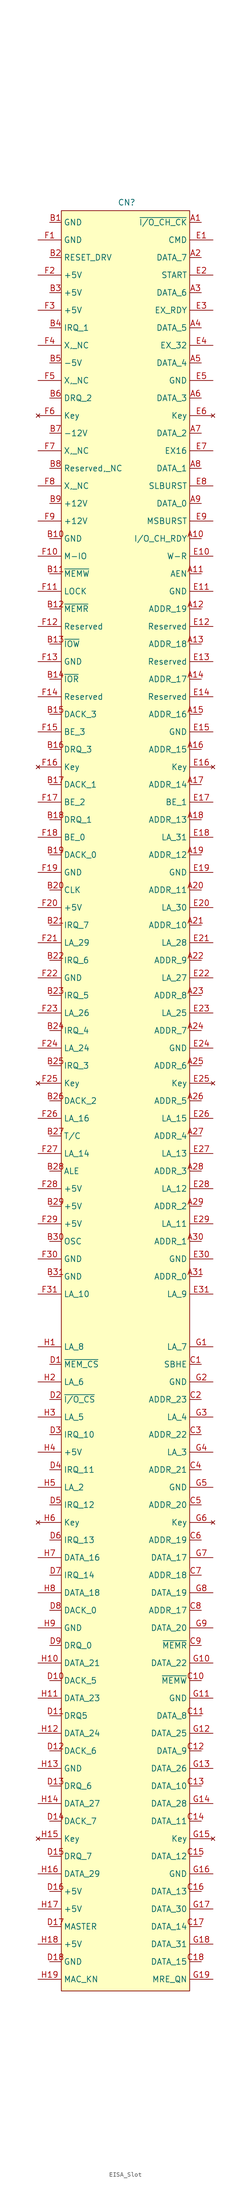
<source format=kicad_sym>
(kicad_symbol_lib
  (version 20231120)
  (generator "kicad_symbol_editor")
  (generator_version "8.0")
  (symbol "EISA_Slot"
    (property "Reference" "CN"
      (at 14.224 1.778 0)
      (effects (font (size 1.27 1.27))))
    (property "Value" ""
      (at 15.24 0 0)
      (effects (font (size 1.27 1.27))))
    (symbol "EISA_Slot_1_1"
      (rectangle (start 0 0) (end 27.94 -386.08) (stroke (width 0) (type default)) (fill (type background)))
      (pin bidirectional line (at 30.48 -2.54 180) (length 2.54) (name "~{I/O_CH_CK}" (effects (font (size 1.27 1.27)))) (number "A1" (effects (font (size 1.27 1.27)))))
      (pin bidirectional line (at 30.48 -71.12 180) (length 2.54) (name "I/O_CH_RDY" (effects (font (size 1.27 1.27)))) (number "A10" (effects (font (size 1.27 1.27)))))
      (pin bidirectional line (at 30.48 -78.74 180) (length 2.54) (name "AEN" (effects (font (size 1.27 1.27)))) (number "A11" (effects (font (size 1.27 1.27)))))
      (pin bidirectional line (at 30.48 -86.36 180) (length 2.54) (name "ADDR_19" (effects (font (size 1.27 1.27)))) (number "A12" (effects (font (size 1.27 1.27)))))
      (pin bidirectional line (at 30.48 -93.98 180) (length 2.54) (name "ADDR_18" (effects (font (size 1.27 1.27)))) (number "A13" (effects (font (size 1.27 1.27)))))
      (pin bidirectional line (at 30.48 -101.6 180) (length 2.54) (name "ADDR_17" (effects (font (size 1.27 1.27)))) (number "A14" (effects (font (size 1.27 1.27)))))
      (pin bidirectional line (at 30.48 -109.22 180) (length 2.54) (name "ADDR_16" (effects (font (size 1.27 1.27)))) (number "A15" (effects (font (size 1.27 1.27)))))
      (pin bidirectional line (at 30.48 -116.84 180) (length 2.54) (name "ADDR_15" (effects (font (size 1.27 1.27)))) (number "A16" (effects (font (size 1.27 1.27)))))
      (pin bidirectional line (at 30.48 -124.46 180) (length 2.54) (name "ADDR_14" (effects (font (size 1.27 1.27)))) (number "A17" (effects (font (size 1.27 1.27)))))
      (pin bidirectional line (at 30.48 -132.08 180) (length 2.54) (name "ADDR_13" (effects (font (size 1.27 1.27)))) (number "A18" (effects (font (size 1.27 1.27)))))
      (pin bidirectional line (at 30.48 -139.7 180) (length 2.54) (name "ADDR_12" (effects (font (size 1.27 1.27)))) (number "A19" (effects (font (size 1.27 1.27)))))
      (pin bidirectional line (at 30.48 -10.16 180) (length 2.54) (name "DATA_7" (effects (font (size 1.27 1.27)))) (number "A2" (effects (font (size 1.27 1.27)))))
      (pin bidirectional line (at 30.48 -147.32 180) (length 2.54) (name "ADDR_11" (effects (font (size 1.27 1.27)))) (number "A20" (effects (font (size 1.27 1.27)))))
      (pin bidirectional line (at 30.48 -154.94 180) (length 2.54) (name "ADDR_10" (effects (font (size 1.27 1.27)))) (number "A21" (effects (font (size 1.27 1.27)))))
      (pin bidirectional line (at 30.48 -162.56 180) (length 2.54) (name "ADDR_9" (effects (font (size 1.27 1.27)))) (number "A22" (effects (font (size 1.27 1.27)))))
      (pin bidirectional line (at 30.48 -170.18 180) (length 2.54) (name "ADDR_8" (effects (font (size 1.27 1.27)))) (number "A23" (effects (font (size 1.27 1.27)))))
      (pin bidirectional line (at 30.48 -177.8 180) (length 2.54) (name "ADDR_7" (effects (font (size 1.27 1.27)))) (number "A24" (effects (font (size 1.27 1.27)))))
      (pin bidirectional line (at 30.48 -185.42 180) (length 2.54) (name "ADDR_6" (effects (font (size 1.27 1.27)))) (number "A25" (effects (font (size 1.27 1.27)))))
      (pin bidirectional line (at 30.48 -193.04 180) (length 2.54) (name "ADDR_5" (effects (font (size 1.27 1.27)))) (number "A26" (effects (font (size 1.27 1.27)))))
      (pin bidirectional line (at 30.48 -200.66 180) (length 2.54) (name "ADDR_4" (effects (font (size 1.27 1.27)))) (number "A27" (effects (font (size 1.27 1.27)))))
      (pin bidirectional line (at 30.48 -208.28 180) (length 2.54) (name "ADDR_3" (effects (font (size 1.27 1.27)))) (number "A28" (effects (font (size 1.27 1.27)))))
      (pin bidirectional line (at 30.48 -215.9 180) (length 2.54) (name "ADDR_2" (effects (font (size 1.27 1.27)))) (number "A29" (effects (font (size 1.27 1.27)))))
      (pin bidirectional line (at 30.48 -17.78 180) (length 2.54) (name "DATA_6" (effects (font (size 1.27 1.27)))) (number "A3" (effects (font (size 1.27 1.27)))))
      (pin bidirectional line (at 30.48 -223.52 180) (length 2.54) (name "ADDR_1" (effects (font (size 1.27 1.27)))) (number "A30" (effects (font (size 1.27 1.27)))))
      (pin bidirectional line (at 30.48 -231.14 180) (length 2.54) (name "ADDR_0" (effects (font (size 1.27 1.27)))) (number "A31" (effects (font (size 1.27 1.27)))))
      (pin bidirectional line (at 30.48 -25.4 180) (length 2.54) (name "DATA_5" (effects (font (size 1.27 1.27)))) (number "A4" (effects (font (size 1.27 1.27)))))
      (pin bidirectional line (at 30.48 -33.02 180) (length 2.54) (name "DATA_4" (effects (font (size 1.27 1.27)))) (number "A5" (effects (font (size 1.27 1.27)))))
      (pin bidirectional line (at 30.48 -40.64 180) (length 2.54) (name "DATA_3" (effects (font (size 1.27 1.27)))) (number "A6" (effects (font (size 1.27 1.27)))))
      (pin bidirectional line (at 30.48 -48.26 180) (length 2.54) (name "DATA_2" (effects (font (size 1.27 1.27)))) (number "A7" (effects (font (size 1.27 1.27)))))
      (pin bidirectional line (at 30.48 -55.88 180) (length 2.54) (name "DATA_1" (effects (font (size 1.27 1.27)))) (number "A8" (effects (font (size 1.27 1.27)))))
      (pin bidirectional line (at 30.48 -63.5 180) (length 2.54) (name "DATA_0" (effects (font (size 1.27 1.27)))) (number "A9" (effects (font (size 1.27 1.27)))))
      (pin bidirectional line (at -2.54 -2.54 0) (length 2.54) (name "GND" (effects (font (size 1.27 1.27)))) (number "B1" (effects (font (size 1.27 1.27)))))
      (pin bidirectional line (at -2.54 -71.12 0) (length 2.54) (name "GND" (effects (font (size 1.27 1.27)))) (number "B10" (effects (font (size 1.27 1.27)))))
      (pin bidirectional line (at -2.54 -78.74 0) (length 2.54) (name "~{MEMW}" (effects (font (size 1.27 1.27)))) (number "B11" (effects (font (size 1.27 1.27)))))
      (pin bidirectional line (at -2.54 -86.36 0) (length 2.54) (name "~{MEMR}" (effects (font (size 1.27 1.27)))) (number "B12" (effects (font (size 1.27 1.27)))))
      (pin bidirectional line (at -2.54 -93.98 0) (length 2.54) (name "~{IOW}" (effects (font (size 1.27 1.27)))) (number "B13" (effects (font (size 1.27 1.27)))))
      (pin bidirectional line (at -2.54 -101.6 0) (length 2.54) (name "~{IOR}" (effects (font (size 1.27 1.27)))) (number "B14" (effects (font (size 1.27 1.27)))))
      (pin bidirectional line (at -2.54 -109.22 0) (length 2.54) (name "DACK_3" (effects (font (size 1.27 1.27)))) (number "B15" (effects (font (size 1.27 1.27)))))
      (pin bidirectional line (at -2.54 -116.84 0) (length 2.54) (name "DRQ_3" (effects (font (size 1.27 1.27)))) (number "B16" (effects (font (size 1.27 1.27)))))
      (pin bidirectional line (at -2.54 -124.46 0) (length 2.54) (name "DACK_1" (effects (font (size 1.27 1.27)))) (number "B17" (effects (font (size 1.27 1.27)))))
      (pin bidirectional line (at -2.54 -132.08 0) (length 2.54) (name "DRQ_1" (effects (font (size 1.27 1.27)))) (number "B18" (effects (font (size 1.27 1.27)))))
      (pin bidirectional line (at -2.54 -139.7 0) (length 2.54) (name "DACK_0" (effects (font (size 1.27 1.27)))) (number "B19" (effects (font (size 1.27 1.27)))))
      (pin bidirectional line (at -2.54 -10.16 0) (length 2.54) (name "RESET_DRV" (effects (font (size 1.27 1.27)))) (number "B2" (effects (font (size 1.27 1.27)))))
      (pin bidirectional line (at -2.54 -147.32 0) (length 2.54) (name "CLK" (effects (font (size 1.27 1.27)))) (number "B20" (effects (font (size 1.27 1.27)))))
      (pin bidirectional line (at -2.54 -154.94 0) (length 2.54) (name "IRQ_7" (effects (font (size 1.27 1.27)))) (number "B21" (effects (font (size 1.27 1.27)))))
      (pin bidirectional line (at -2.54 -162.56 0) (length 2.54) (name "IRQ_6" (effects (font (size 1.27 1.27)))) (number "B22" (effects (font (size 1.27 1.27)))))
      (pin bidirectional line (at -2.54 -170.18 0) (length 2.54) (name "IRQ_5" (effects (font (size 1.27 1.27)))) (number "B23" (effects (font (size 1.27 1.27)))))
      (pin bidirectional line (at -2.54 -177.8 0) (length 2.54) (name "IRQ_4" (effects (font (size 1.27 1.27)))) (number "B24" (effects (font (size 1.27 1.27)))))
      (pin bidirectional line (at -2.54 -185.42 0) (length 2.54) (name "IRQ_3" (effects (font (size 1.27 1.27)))) (number "B25" (effects (font (size 1.27 1.27)))))
      (pin bidirectional line (at -2.54 -193.04 0) (length 2.54) (name "DACK_2" (effects (font (size 1.27 1.27)))) (number "B26" (effects (font (size 1.27 1.27)))))
      (pin bidirectional line (at -2.54 -200.66 0) (length 2.54) (name "T/C" (effects (font (size 1.27 1.27)))) (number "B27" (effects (font (size 1.27 1.27)))))
      (pin bidirectional line (at -2.54 -208.28 0) (length 2.54) (name "ALE" (effects (font (size 1.27 1.27)))) (number "B28" (effects (font (size 1.27 1.27)))))
      (pin bidirectional line (at -2.54 -215.9 0) (length 2.54) (name "+5V" (effects (font (size 1.27 1.27)))) (number "B29" (effects (font (size 1.27 1.27)))))
      (pin bidirectional line (at -2.54 -17.78 0) (length 2.54) (name "+5V" (effects (font (size 1.27 1.27)))) (number "B3" (effects (font (size 1.27 1.27)))))
      (pin bidirectional line (at -2.54 -223.52 0) (length 2.54) (name "OSC" (effects (font (size 1.27 1.27)))) (number "B30" (effects (font (size 1.27 1.27)))))
      (pin bidirectional line (at -2.54 -231.14 0) (length 2.54) (name "GND" (effects (font (size 1.27 1.27)))) (number "B31" (effects (font (size 1.27 1.27)))))
      (pin bidirectional line (at -2.54 -25.4 0) (length 2.54) (name "IRQ_1" (effects (font (size 1.27 1.27)))) (number "B4" (effects (font (size 1.27 1.27)))))
      (pin bidirectional line (at -2.54 -33.02 0) (length 2.54) (name "-5V" (effects (font (size 1.27 1.27)))) (number "B5" (effects (font (size 1.27 1.27)))))
      (pin bidirectional line (at -2.54 -40.64 0) (length 2.54) (name "DRQ_2" (effects (font (size 1.27 1.27)))) (number "B6" (effects (font (size 1.27 1.27)))))
      (pin bidirectional line (at -2.54 -48.26 0) (length 2.54) (name "-12V" (effects (font (size 1.27 1.27)))) (number "B7" (effects (font (size 1.27 1.27)))))
      (pin bidirectional line (at -2.54 -55.88 0) (length 2.54) (name "Reserved,_NC" (effects (font (size 1.27 1.27)))) (number "B8" (effects (font (size 1.27 1.27)))))
      (pin bidirectional line (at -2.54 -63.5 0) (length 2.54) (name "+12V" (effects (font (size 1.27 1.27)))) (number "B9" (effects (font (size 1.27 1.27)))))
      (pin bidirectional line (at 30.48 -250.19 180) (length 2.54) (name "SBHE" (effects (font (size 1.27 1.27)))) (number "C1" (effects (font (size 1.27 1.27)))))
      (pin bidirectional line (at 30.48 -318.77 180) (length 2.54) (name "~{MEMW}" (effects (font (size 1.27 1.27)))) (number "C10" (effects (font (size 1.27 1.27)))))
      (pin bidirectional line (at 30.48 -326.39 180) (length 2.54) (name "DATA_8" (effects (font (size 1.27 1.27)))) (number "C11" (effects (font (size 1.27 1.27)))))
      (pin bidirectional line (at 30.48 -334.01 180) (length 2.54) (name "DATA_9" (effects (font (size 1.27 1.27)))) (number "C12" (effects (font (size 1.27 1.27)))))
      (pin bidirectional line (at 30.48 -341.63 180) (length 2.54) (name "DATA_10" (effects (font (size 1.27 1.27)))) (number "C13" (effects (font (size 1.27 1.27)))))
      (pin bidirectional line (at 30.48 -349.25 180) (length 2.54) (name "DATA_11" (effects (font (size 1.27 1.27)))) (number "C14" (effects (font (size 1.27 1.27)))))
      (pin bidirectional line (at 30.48 -356.87 180) (length 2.54) (name "DATA_12" (effects (font (size 1.27 1.27)))) (number "C15" (effects (font (size 1.27 1.27)))))
      (pin bidirectional line (at 30.48 -364.49 180) (length 2.54) (name "DATA_13" (effects (font (size 1.27 1.27)))) (number "C16" (effects (font (size 1.27 1.27)))))
      (pin bidirectional line (at 30.48 -372.11 180) (length 2.54) (name "DATA_14" (effects (font (size 1.27 1.27)))) (number "C17" (effects (font (size 1.27 1.27)))))
      (pin bidirectional line (at 30.48 -379.73 180) (length 2.54) (name "DATA_15" (effects (font (size 1.27 1.27)))) (number "C18" (effects (font (size 1.27 1.27)))))
      (pin bidirectional line (at 30.48 -257.81 180) (length 2.54) (name "ADDR_23" (effects (font (size 1.27 1.27)))) (number "C2" (effects (font (size 1.27 1.27)))))
      (pin bidirectional line (at 30.48 -265.43 180) (length 2.54) (name "ADDR_22" (effects (font (size 1.27 1.27)))) (number "C3" (effects (font (size 1.27 1.27)))))
      (pin bidirectional line (at 30.48 -273.05 180) (length 2.54) (name "ADDR_21" (effects (font (size 1.27 1.27)))) (number "C4" (effects (font (size 1.27 1.27)))))
      (pin bidirectional line (at 30.48 -280.67 180) (length 2.54) (name "ADDR_20" (effects (font (size 1.27 1.27)))) (number "C5" (effects (font (size 1.27 1.27)))))
      (pin bidirectional line (at 30.48 -288.29 180) (length 2.54) (name "ADDR_19" (effects (font (size 1.27 1.27)))) (number "C6" (effects (font (size 1.27 1.27)))))
      (pin bidirectional line (at 30.48 -295.91 180) (length 2.54) (name "ADDR_18" (effects (font (size 1.27 1.27)))) (number "C7" (effects (font (size 1.27 1.27)))))
      (pin bidirectional line (at 30.48 -303.53 180) (length 2.54) (name "ADDR_17" (effects (font (size 1.27 1.27)))) (number "C8" (effects (font (size 1.27 1.27)))))
      (pin bidirectional line (at 30.48 -311.15 180) (length 2.54) (name "~{MEMR}" (effects (font (size 1.27 1.27)))) (number "C9" (effects (font (size 1.27 1.27)))))
      (pin bidirectional line (at -2.54 -250.19 0) (length 2.54) (name "~{MEM_CS}" (effects (font (size 1.27 1.27)))) (number "D1" (effects (font (size 1.27 1.27)))))
      (pin bidirectional line (at -2.54 -318.77 0) (length 2.54) (name "DACK_5" (effects (font (size 1.27 1.27)))) (number "D10" (effects (font (size 1.27 1.27)))))
      (pin bidirectional line (at -2.54 -326.39 0) (length 2.54) (name "DRQ5" (effects (font (size 1.27 1.27)))) (number "D11" (effects (font (size 1.27 1.27)))))
      (pin bidirectional line (at -2.54 -334.01 0) (length 2.54) (name "DACK_6" (effects (font (size 1.27 1.27)))) (number "D12" (effects (font (size 1.27 1.27)))))
      (pin bidirectional line (at -2.54 -341.63 0) (length 2.54) (name "DRQ_6" (effects (font (size 1.27 1.27)))) (number "D13" (effects (font (size 1.27 1.27)))))
      (pin bidirectional line (at -2.54 -349.25 0) (length 2.54) (name "DACK_7" (effects (font (size 1.27 1.27)))) (number "D14" (effects (font (size 1.27 1.27)))))
      (pin bidirectional line (at -2.54 -356.87 0) (length 2.54) (name "DRQ_7" (effects (font (size 1.27 1.27)))) (number "D15" (effects (font (size 1.27 1.27)))))
      (pin bidirectional line (at -2.54 -364.49 0) (length 2.54) (name "+5V" (effects (font (size 1.27 1.27)))) (number "D16" (effects (font (size 1.27 1.27)))))
      (pin bidirectional line (at -2.54 -372.11 0) (length 2.54) (name "MASTER" (effects (font (size 1.27 1.27)))) (number "D17" (effects (font (size 1.27 1.27)))))
      (pin bidirectional line (at -2.54 -379.73 0) (length 2.54) (name "GND" (effects (font (size 1.27 1.27)))) (number "D18" (effects (font (size 1.27 1.27)))))
      (pin bidirectional line (at -2.54 -257.81 0) (length 2.54) (name "~{I/O_CS}" (effects (font (size 1.27 1.27)))) (number "D2" (effects (font (size 1.27 1.27)))))
      (pin bidirectional line (at -2.54 -265.43 0) (length 2.54) (name "IRQ_10" (effects (font (size 1.27 1.27)))) (number "D3" (effects (font (size 1.27 1.27)))))
      (pin bidirectional line (at -2.54 -273.05 0) (length 2.54) (name "IRQ_11" (effects (font (size 1.27 1.27)))) (number "D4" (effects (font (size 1.27 1.27)))))
      (pin bidirectional line (at -2.54 -280.67 0) (length 2.54) (name "IRQ_12" (effects (font (size 1.27 1.27)))) (number "D5" (effects (font (size 1.27 1.27)))))
      (pin bidirectional line (at -2.54 -288.29 0) (length 2.54) (name "IRQ_13" (effects (font (size 1.27 1.27)))) (number "D6" (effects (font (size 1.27 1.27)))))
      (pin bidirectional line (at -2.54 -295.91 0) (length 2.54) (name "IRQ_14" (effects (font (size 1.27 1.27)))) (number "D7" (effects (font (size 1.27 1.27)))))
      (pin bidirectional line (at -2.54 -303.53 0) (length 2.54) (name "DACK_0" (effects (font (size 1.27 1.27)))) (number "D8" (effects (font (size 1.27 1.27)))))
      (pin bidirectional line (at -2.54 -311.15 0) (length 2.54) (name "DRQ_0" (effects (font (size 1.27 1.27)))) (number "D9" (effects (font (size 1.27 1.27)))))
      (pin bidirectional line (at 33.02 -6.35 180) (length 5.08) (name "CMD" (effects (font (size 1.27 1.27)))) (number "E1" (effects (font (size 1.27 1.27)))))
      (pin bidirectional line (at 33.02 -74.93 180) (length 5.08) (name "W-R" (effects (font (size 1.27 1.27)))) (number "E10" (effects (font (size 1.27 1.27)))))
      (pin bidirectional line (at 33.02 -82.55 180) (length 5.08) (name "GND" (effects (font (size 1.27 1.27)))) (number "E11" (effects (font (size 1.27 1.27)))))
      (pin bidirectional line (at 33.02 -90.17 180) (length 5.08) (name "Reserved" (effects (font (size 1.27 1.27)))) (number "E12" (effects (font (size 1.27 1.27)))))
      (pin bidirectional line (at 33.02 -97.79 180) (length 5.08) (name "Reserved" (effects (font (size 1.27 1.27)))) (number "E13" (effects (font (size 1.27 1.27)))))
      (pin bidirectional line (at 33.02 -105.41 180) (length 5.08) (name "Reserved" (effects (font (size 1.27 1.27)))) (number "E14" (effects (font (size 1.27 1.27)))))
      (pin bidirectional line (at 33.02 -113.03 180) (length 5.08) (name "GND" (effects (font (size 1.27 1.27)))) (number "E15" (effects (font (size 1.27 1.27)))))
      (pin no_connect line (at 33.02 -120.65 180) (length 5.08) (name "Key" (effects (font (size 1.27 1.27)))) (number "E16" (effects (font (size 1.27 1.27)))))
      (pin bidirectional line (at 33.02 -128.27 180) (length 5.08) (name "BE_1" (effects (font (size 1.27 1.27)))) (number "E17" (effects (font (size 1.27 1.27)))))
      (pin bidirectional line (at 33.02 -135.89 180) (length 5.08) (name "LA_31" (effects (font (size 1.27 1.27)))) (number "E18" (effects (font (size 1.27 1.27)))))
      (pin bidirectional line (at 33.02 -143.51 180) (length 5.08) (name "GND" (effects (font (size 1.27 1.27)))) (number "E19" (effects (font (size 1.27 1.27)))))
      (pin bidirectional line (at 33.02 -13.97 180) (length 5.08) (name "START" (effects (font (size 1.27 1.27)))) (number "E2" (effects (font (size 1.27 1.27)))))
      (pin bidirectional line (at 33.02 -151.13 180) (length 5.08) (name "LA_30" (effects (font (size 1.27 1.27)))) (number "E20" (effects (font (size 1.27 1.27)))))
      (pin bidirectional line (at 33.02 -158.75 180) (length 5.08) (name "LA_28" (effects (font (size 1.27 1.27)))) (number "E21" (effects (font (size 1.27 1.27)))))
      (pin bidirectional line (at 33.02 -166.37 180) (length 5.08) (name "LA_27" (effects (font (size 1.27 1.27)))) (number "E22" (effects (font (size 1.27 1.27)))))
      (pin bidirectional line (at 33.02 -173.99 180) (length 5.08) (name "LA_25" (effects (font (size 1.27 1.27)))) (number "E23" (effects (font (size 1.27 1.27)))))
      (pin bidirectional line (at 33.02 -181.61 180) (length 5.08) (name "GND" (effects (font (size 1.27 1.27)))) (number "E24" (effects (font (size 1.27 1.27)))))
      (pin no_connect line (at 33.02 -189.23 180) (length 5.08) (name "Key" (effects (font (size 1.27 1.27)))) (number "E25" (effects (font (size 1.27 1.27)))))
      (pin bidirectional line (at 33.02 -196.85 180) (length 5.08) (name "LA_15" (effects (font (size 1.27 1.27)))) (number "E26" (effects (font (size 1.27 1.27)))))
      (pin bidirectional line (at 33.02 -204.47 180) (length 5.08) (name "LA_13" (effects (font (size 1.27 1.27)))) (number "E27" (effects (font (size 1.27 1.27)))))
      (pin bidirectional line (at 33.02 -212.09 180) (length 5.08) (name "LA_12" (effects (font (size 1.27 1.27)))) (number "E28" (effects (font (size 1.27 1.27)))))
      (pin bidirectional line (at 33.02 -219.71 180) (length 5.08) (name "LA_11" (effects (font (size 1.27 1.27)))) (number "E29" (effects (font (size 1.27 1.27)))))
      (pin bidirectional line (at 33.02 -21.59 180) (length 5.08) (name "EX_RDY" (effects (font (size 1.27 1.27)))) (number "E3" (effects (font (size 1.27 1.27)))))
      (pin bidirectional line (at 33.02 -227.33 180) (length 5.08) (name "GND" (effects (font (size 1.27 1.27)))) (number "E30" (effects (font (size 1.27 1.27)))))
      (pin bidirectional line (at 33.02 -234.95 180) (length 5.08) (name "LA_9" (effects (font (size 1.27 1.27)))) (number "E31" (effects (font (size 1.27 1.27)))))
      (pin bidirectional line (at 33.02 -29.21 180) (length 5.08) (name "EX_32" (effects (font (size 1.27 1.27)))) (number "E4" (effects (font (size 1.27 1.27)))))
      (pin bidirectional line (at 33.02 -36.83 180) (length 5.08) (name "GND" (effects (font (size 1.27 1.27)))) (number "E5" (effects (font (size 1.27 1.27)))))
      (pin no_connect line (at 33.02 -44.45 180) (length 5.08) (name "Key" (effects (font (size 1.27 1.27)))) (number "E6" (effects (font (size 1.27 1.27)))))
      (pin bidirectional line (at 33.02 -52.07 180) (length 5.08) (name "EX16" (effects (font (size 1.27 1.27)))) (number "E7" (effects (font (size 1.27 1.27)))))
      (pin bidirectional line (at 33.02 -59.69 180) (length 5.08) (name "SLBURST" (effects (font (size 1.27 1.27)))) (number "E8" (effects (font (size 1.27 1.27)))))
      (pin bidirectional line (at 33.02 -67.31 180) (length 5.08) (name "MSBURST" (effects (font (size 1.27 1.27)))) (number "E9" (effects (font (size 1.27 1.27)))))
      (pin bidirectional line (at -5.08 -6.35 0) (length 5.08) (name "GND" (effects (font (size 1.27 1.27)))) (number "F1" (effects (font (size 1.27 1.27)))))
      (pin bidirectional line (at -5.08 -74.93 0) (length 5.08) (name "M-IO" (effects (font (size 1.27 1.27)))) (number "F10" (effects (font (size 1.27 1.27)))))
      (pin bidirectional line (at -5.08 -82.55 0) (length 5.08) (name "LOCK" (effects (font (size 1.27 1.27)))) (number "F11" (effects (font (size 1.27 1.27)))))
      (pin bidirectional line (at -5.08 -90.17 0) (length 5.08) (name "Reserved" (effects (font (size 1.27 1.27)))) (number "F12" (effects (font (size 1.27 1.27)))))
      (pin bidirectional line (at -5.08 -97.79 0) (length 5.08) (name "GND" (effects (font (size 1.27 1.27)))) (number "F13" (effects (font (size 1.27 1.27)))))
      (pin bidirectional line (at -5.08 -105.41 0) (length 5.08) (name "Reserved" (effects (font (size 1.27 1.27)))) (number "F14" (effects (font (size 1.27 1.27)))))
      (pin bidirectional line (at -5.08 -113.03 0) (length 5.08) (name "BE_3" (effects (font (size 1.27 1.27)))) (number "F15" (effects (font (size 1.27 1.27)))))
      (pin no_connect line (at -5.08 -120.65 0) (length 5.08) (name "Key" (effects (font (size 1.27 1.27)))) (number "F16" (effects (font (size 1.27 1.27)))))
      (pin bidirectional line (at -5.08 -128.27 0) (length 5.08) (name "BE_2" (effects (font (size 1.27 1.27)))) (number "F17" (effects (font (size 1.27 1.27)))))
      (pin bidirectional line (at -5.08 -135.89 0) (length 5.08) (name "BE_0" (effects (font (size 1.27 1.27)))) (number "F18" (effects (font (size 1.27 1.27)))))
      (pin bidirectional line (at -5.08 -143.51 0) (length 5.08) (name "GND" (effects (font (size 1.27 1.27)))) (number "F19" (effects (font (size 1.27 1.27)))))
      (pin bidirectional line (at -5.08 -13.97 0) (length 5.08) (name "+5V" (effects (font (size 1.27 1.27)))) (number "F2" (effects (font (size 1.27 1.27)))))
      (pin bidirectional line (at -5.08 -151.13 0) (length 5.08) (name "+5V" (effects (font (size 1.27 1.27)))) (number "F20" (effects (font (size 1.27 1.27)))))
      (pin bidirectional line (at -5.08 -158.75 0) (length 5.08) (name "LA_29" (effects (font (size 1.27 1.27)))) (number "F21" (effects (font (size 1.27 1.27)))))
      (pin bidirectional line (at -5.08 -166.37 0) (length 5.08) (name "GND" (effects (font (size 1.27 1.27)))) (number "F22" (effects (font (size 1.27 1.27)))))
      (pin bidirectional line (at -5.08 -173.99 0) (length 5.08) (name "LA_26" (effects (font (size 1.27 1.27)))) (number "F23" (effects (font (size 1.27 1.27)))))
      (pin bidirectional line (at -5.08 -181.61 0) (length 5.08) (name "LA_24" (effects (font (size 1.27 1.27)))) (number "F24" (effects (font (size 1.27 1.27)))))
      (pin no_connect line (at -5.08 -189.23 0) (length 5.08) (name "Key" (effects (font (size 1.27 1.27)))) (number "F25" (effects (font (size 1.27 1.27)))))
      (pin bidirectional line (at -5.08 -196.85 0) (length 5.08) (name "LA_16" (effects (font (size 1.27 1.27)))) (number "F26" (effects (font (size 1.27 1.27)))))
      (pin bidirectional line (at -5.08 -204.47 0) (length 5.08) (name "LA_14" (effects (font (size 1.27 1.27)))) (number "F27" (effects (font (size 1.27 1.27)))))
      (pin bidirectional line (at -5.08 -212.09 0) (length 5.08) (name "+5V" (effects (font (size 1.27 1.27)))) (number "F28" (effects (font (size 1.27 1.27)))))
      (pin bidirectional line (at -5.08 -219.71 0) (length 5.08) (name "+5V" (effects (font (size 1.27 1.27)))) (number "F29" (effects (font (size 1.27 1.27)))))
      (pin bidirectional line (at -5.08 -21.59 0) (length 5.08) (name "+5V" (effects (font (size 1.27 1.27)))) (number "F3" (effects (font (size 1.27 1.27)))))
      (pin bidirectional line (at -5.08 -227.33 0) (length 5.08) (name "GND" (effects (font (size 1.27 1.27)))) (number "F30" (effects (font (size 1.27 1.27)))))
      (pin bidirectional line (at -5.08 -234.95 0) (length 5.08) (name "LA_10" (effects (font (size 1.27 1.27)))) (number "F31" (effects (font (size 1.27 1.27)))))
      (pin bidirectional line (at -5.08 -29.21 0) (length 5.08) (name "X,_NC" (effects (font (size 1.27 1.27)))) (number "F4" (effects (font (size 1.27 1.27)))))
      (pin bidirectional line (at -5.08 -36.83 0) (length 5.08) (name "X,_NC" (effects (font (size 1.27 1.27)))) (number "F5" (effects (font (size 1.27 1.27)))))
      (pin no_connect line (at -5.08 -44.45 0) (length 5.08) (name "Key" (effects (font (size 1.27 1.27)))) (number "F6" (effects (font (size 1.27 1.27)))))
      (pin bidirectional line (at -5.08 -52.07 0) (length 5.08) (name "X,_NC" (effects (font (size 1.27 1.27)))) (number "F7" (effects (font (size 1.27 1.27)))))
      (pin bidirectional line (at -5.08 -59.69 0) (length 5.08) (name "X,_NC" (effects (font (size 1.27 1.27)))) (number "F8" (effects (font (size 1.27 1.27)))))
      (pin bidirectional line (at -5.08 -67.31 0) (length 5.08) (name "+12V" (effects (font (size 1.27 1.27)))) (number "F9" (effects (font (size 1.27 1.27)))))
      (pin bidirectional line (at 33.02 -246.38 180) (length 5.08) (name "LA_7" (effects (font (size 1.27 1.27)))) (number "G1" (effects (font (size 1.27 1.27)))))
      (pin bidirectional line (at 33.02 -314.96 180) (length 5.08) (name "DATA_22" (effects (font (size 1.27 1.27)))) (number "G10" (effects (font (size 1.27 1.27)))))
      (pin bidirectional line (at 33.02 -322.58 180) (length 5.08) (name "GND" (effects (font (size 1.27 1.27)))) (number "G11" (effects (font (size 1.27 1.27)))))
      (pin bidirectional line (at 33.02 -330.2 180) (length 5.08) (name "DATA_25" (effects (font (size 1.27 1.27)))) (number "G12" (effects (font (size 1.27 1.27)))))
      (pin bidirectional line (at 33.02 -337.82 180) (length 5.08) (name "DATA_26" (effects (font (size 1.27 1.27)))) (number "G13" (effects (font (size 1.27 1.27)))))
      (pin bidirectional line (at 33.02 -345.44 180) (length 5.08) (name "DATA_28" (effects (font (size 1.27 1.27)))) (number "G14" (effects (font (size 1.27 1.27)))))
      (pin no_connect line (at 33.02 -353.06 180) (length 5.08) (name "Key" (effects (font (size 1.27 1.27)))) (number "G15" (effects (font (size 1.27 1.27)))))
      (pin bidirectional line (at 33.02 -360.68 180) (length 5.08) (name "GND" (effects (font (size 1.27 1.27)))) (number "G16" (effects (font (size 1.27 1.27)))))
      (pin bidirectional line (at 33.02 -368.3 180) (length 5.08) (name "DATA_30" (effects (font (size 1.27 1.27)))) (number "G17" (effects (font (size 1.27 1.27)))))
      (pin bidirectional line (at 33.02 -375.92 180) (length 5.08) (name "DATA_31" (effects (font (size 1.27 1.27)))) (number "G18" (effects (font (size 1.27 1.27)))))
      (pin bidirectional line (at 33.02 -383.54 180) (length 5.08) (name "MRE_QN" (effects (font (size 1.27 1.27)))) (number "G19" (effects (font (size 1.27 1.27)))))
      (pin bidirectional line (at 33.02 -254 180) (length 5.08) (name "GND" (effects (font (size 1.27 1.27)))) (number "G2" (effects (font (size 1.27 1.27)))))
      (pin bidirectional line (at 33.02 -261.62 180) (length 5.08) (name "LA_4" (effects (font (size 1.27 1.27)))) (number "G3" (effects (font (size 1.27 1.27)))))
      (pin bidirectional line (at 33.02 -269.24 180) (length 5.08) (name "LA_3" (effects (font (size 1.27 1.27)))) (number "G4" (effects (font (size 1.27 1.27)))))
      (pin bidirectional line (at 33.02 -276.86 180) (length 5.08) (name "GND" (effects (font (size 1.27 1.27)))) (number "G5" (effects (font (size 1.27 1.27)))))
      (pin no_connect line (at 33.02 -284.48 180) (length 5.08) (name "Key" (effects (font (size 1.27 1.27)))) (number "G6" (effects (font (size 1.27 1.27)))))
      (pin bidirectional line (at 33.02 -292.1 180) (length 5.08) (name "DATA_17" (effects (font (size 1.27 1.27)))) (number "G7" (effects (font (size 1.27 1.27)))))
      (pin bidirectional line (at 33.02 -299.72 180) (length 5.08) (name "DATA_19" (effects (font (size 1.27 1.27)))) (number "G8" (effects (font (size 1.27 1.27)))))
      (pin bidirectional line (at 33.02 -307.34 180) (length 5.08) (name "DATA_20" (effects (font (size 1.27 1.27)))) (number "G9" (effects (font (size 1.27 1.27)))))
      (pin bidirectional line (at -5.08 -246.38 0) (length 5.08) (name "LA_8" (effects (font (size 1.27 1.27)))) (number "H1" (effects (font (size 1.27 1.27)))))
      (pin bidirectional line (at -5.08 -314.96 0) (length 5.08) (name "DATA_21" (effects (font (size 1.27 1.27)))) (number "H10" (effects (font (size 1.27 1.27)))))
      (pin bidirectional line (at -5.08 -322.58 0) (length 5.08) (name "DATA_23" (effects (font (size 1.27 1.27)))) (number "H11" (effects (font (size 1.27 1.27)))))
      (pin bidirectional line (at -5.08 -330.2 0) (length 5.08) (name "DATA_24" (effects (font (size 1.27 1.27)))) (number "H12" (effects (font (size 1.27 1.27)))))
      (pin bidirectional line (at -5.08 -337.82 0) (length 5.08) (name "GND" (effects (font (size 1.27 1.27)))) (number "H13" (effects (font (size 1.27 1.27)))))
      (pin bidirectional line (at -5.08 -345.44 0) (length 5.08) (name "DATA_27" (effects (font (size 1.27 1.27)))) (number "H14" (effects (font (size 1.27 1.27)))))
      (pin no_connect line (at -5.08 -353.06 0) (length 5.08) (name "Key" (effects (font (size 1.27 1.27)))) (number "H15" (effects (font (size 1.27 1.27)))))
      (pin bidirectional line (at -5.08 -360.68 0) (length 5.08) (name "DATA_29" (effects (font (size 1.27 1.27)))) (number "H16" (effects (font (size 1.27 1.27)))))
      (pin bidirectional line (at -5.08 -368.3 0) (length 5.08) (name "+5V" (effects (font (size 1.27 1.27)))) (number "H17" (effects (font (size 1.27 1.27)))))
      (pin bidirectional line (at -5.08 -375.92 0) (length 5.08) (name "+5V" (effects (font (size 1.27 1.27)))) (number "H18" (effects (font (size 1.27 1.27)))))
      (pin bidirectional line (at -5.08 -383.54 0) (length 5.08) (name "MAC_KN" (effects (font (size 1.27 1.27)))) (number "H19" (effects (font (size 1.27 1.27)))))
      (pin bidirectional line (at -5.08 -254 0) (length 5.08) (name "LA_6" (effects (font (size 1.27 1.27)))) (number "H2" (effects (font (size 1.27 1.27)))))
      (pin bidirectional line (at -5.08 -261.62 0) (length 5.08) (name "LA_5" (effects (font (size 1.27 1.27)))) (number "H3" (effects (font (size 1.27 1.27)))))
      (pin bidirectional line (at -5.08 -269.24 0) (length 5.08) (name "+5V" (effects (font (size 1.27 1.27)))) (number "H4" (effects (font (size 1.27 1.27)))))
      (pin bidirectional line (at -5.08 -276.86 0) (length 5.08) (name "LA_2" (effects (font (size 1.27 1.27)))) (number "H5" (effects (font (size 1.27 1.27)))))
      (pin no_connect line (at -5.08 -284.48 0) (length 5.08) (name "Key" (effects (font (size 1.27 1.27)))) (number "H6" (effects (font (size 1.27 1.27)))))
      (pin bidirectional line (at -5.08 -292.1 0) (length 5.08) (name "DATA_16" (effects (font (size 1.27 1.27)))) (number "H7" (effects (font (size 1.27 1.27)))))
      (pin bidirectional line (at -5.08 -299.72 0) (length 5.08) (name "DATA_18" (effects (font (size 1.27 1.27)))) (number "H8" (effects (font (size 1.27 1.27)))))
      (pin bidirectional line (at -5.08 -307.34 0) (length 5.08) (name "GND" (effects (font (size 1.27 1.27)))) (number "H9" (effects (font (size 1.27 1.27))))))))
</source>
